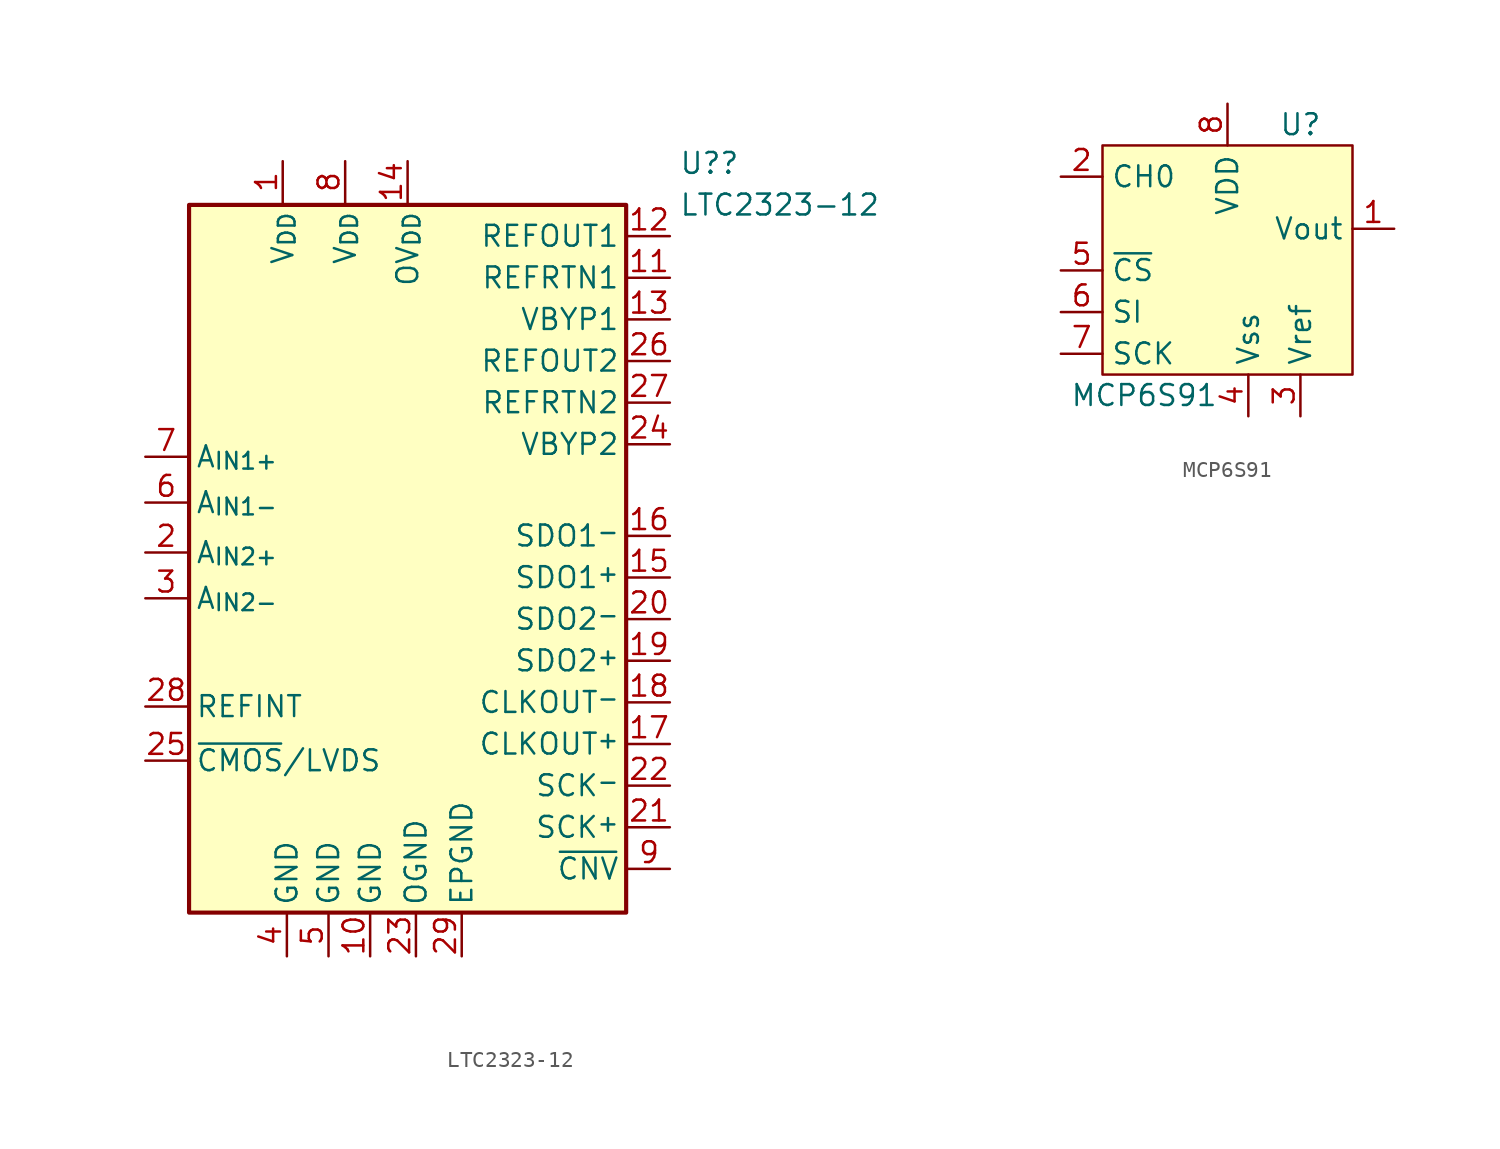
<source format=kicad_sym>
(kicad_symbol_lib
  (version 20220914)
  (generator kicad_symbol_editor)
  (symbol "LTC2323-12"
    (property "Reference" "U?"
      (at 15.291 22.225 0)
      (effects (font (size 1.27 1.27)) (justify left)))
    (property "Value" "LTC2323-12"
      (at 15.291 19.685 0)
      (effects (font (size 1.27 1.27)) (justify left)))
    (symbol "LTC2323-12_0_1"
      (rectangle (start -14.605 19.685) (end 12.065 -23.495) (stroke (width 0.254) (type default)) (fill (type background))))
    (symbol "LTC2323-12_1_1"
      (pin power_in line (at -8.89 22.352 270) (length 2.54) (name "V_{DD}" (effects (font (size 1.27 1.27)))) (number "1" (effects (font (size 1.27 1.27)))))
      (pin power_in line (at -3.556 -26.162 90) (length 2.54) (name "GND" (effects (font (size 1.27 1.27)))) (number "10" (effects (font (size 1.27 1.27)))))
      (pin passive line (at 14.732 15.24 180) (length 2.54) (name "REFRTN1" (effects (font (size 1.27 1.27)))) (number "11" (effects (font (size 1.27 1.27)))))
      (pin passive line (at 14.732 17.78 180) (length 2.54) (name "REFOUT1" (effects (font (size 1.27 1.27)))) (number "12" (effects (font (size 1.27 1.27)))))
      (pin passive line (at 14.732 12.7 180) (length 2.54) (name "VBYP1" (effects (font (size 1.27 1.27)))) (number "13" (effects (font (size 1.27 1.27)))))
      (pin power_in line (at -1.27 22.352 270) (length 2.54) (name "OV_{DD}" (effects (font (size 1.27 1.27)))) (number "14" (effects (font (size 1.27 1.27)))))
      (pin input line (at 14.732 -3.048 180) (length 2.54) (name "SDO1^{+}" (effects (font (size 1.27 1.27)))) (number "15" (effects (font (size 1.27 1.27)))) (alternate "SDOA" tri_state line))
      (pin input line (at 14.732 -0.508 180) (length 2.54) (name "SDO1^{-}" (effects (font (size 1.27 1.27)))) (number "16" (effects (font (size 1.27 1.27)))) (alternate "DNC" no_connect line))
      (pin output line (at 14.732 -13.208 180) (length 2.54) (name "CLKOUT^{+}" (effects (font (size 1.27 1.27)))) (number "17" (effects (font (size 1.27 1.27)))) (alternate "CLKOUT" tri_state line))
      (pin output line (at 14.732 -10.668 180) (length 2.54) (name "CLKOUT^{-}" (effects (font (size 1.27 1.27)))) (number "18" (effects (font (size 1.27 1.27)))) (alternate "~{CLKOUTEN}" input line))
      (pin output line (at 14.732 -8.128 180) (length 2.54) (name "SDO2^{+}" (effects (font (size 1.27 1.27)))) (number "19" (effects (font (size 1.27 1.27)))) (alternate "SDOB" tri_state line))
      (pin input line (at -17.272 -1.524 0) (length 2.54) (name "A_{IN2+}" (effects (font (size 1.27 1.27)))) (number "2" (effects (font (size 1.27 1.27)))))
      (pin output line (at 14.732 -5.588 180) (length 2.54) (name "SDO2^{-}" (effects (font (size 1.27 1.27)))) (number "20" (effects (font (size 1.27 1.27)))) (alternate "DNC" no_connect line))
      (pin input line (at 14.732 -18.288 180) (length 2.54) (name "SCK^{+}" (effects (font (size 1.27 1.27)))) (number "21" (effects (font (size 1.27 1.27)))) (alternate "SCK" input line))
      (pin input line (at 14.732 -15.748 180) (length 2.54) (name "SCK^{-}" (effects (font (size 1.27 1.27)))) (number "22" (effects (font (size 1.27 1.27)))) (alternate "DNC" no_connect line))
      (pin power_in line (at -0.762 -26.162 90) (length 2.54) (name "OGND" (effects (font (size 1.27 1.27)))) (number "23" (effects (font (size 1.27 1.27)))))
      (pin passive line (at 14.732 5.08 180) (length 2.54) (name "VBYP2" (effects (font (size 1.27 1.27)))) (number "24" (effects (font (size 1.27 1.27)))))
      (pin input line (at -17.272 -14.224 0) (length 2.54) (name "~{CMOS}/LVDS" (effects (font (size 1.27 1.27)))) (number "25" (effects (font (size 1.27 1.27)))))
      (pin passive line (at 14.732 10.16 180) (length 2.54) (name "REFOUT2" (effects (font (size 1.27 1.27)))) (number "26" (effects (font (size 1.27 1.27)))))
      (pin passive line (at 14.732 7.62 180) (length 2.54) (name "REFRTN2" (effects (font (size 1.27 1.27)))) (number "27" (effects (font (size 1.27 1.27)))))
      (pin input line (at -17.272 -10.922 0) (length 2.54) (name "REFINT" (effects (font (size 1.27 1.27)))) (number "28" (effects (font (size 1.27 1.27)))))
      (pin power_in line (at 2.032 -26.162 90) (length 2.54) (name "EPGND" (effects (font (size 1.27 1.27)))) (number "29" (effects (font (size 1.27 1.27)))))
      (pin input line (at -17.272 -4.318 0) (length 2.54) (name "A_{IN2-}" (effects (font (size 1.27 1.27)))) (number "3" (effects (font (size 1.27 1.27)))))
      (pin power_in line (at -8.636 -26.162 90) (length 2.54) (name "GND" (effects (font (size 1.27 1.27)))) (number "4" (effects (font (size 1.27 1.27)))))
      (pin power_in line (at -6.096 -26.162 90) (length 2.54) (name "GND" (effects (font (size 1.27 1.27)))) (number "5" (effects (font (size 1.27 1.27)))))
      (pin input line (at -17.272 1.524 0) (length 2.54) (name "A_{IN1-}" (effects (font (size 1.27 1.27)))) (number "6" (effects (font (size 1.27 1.27)))))
      (pin input line (at -17.272 4.318 0) (length 2.54) (name "A_{IN1+}" (effects (font (size 1.27 1.27)))) (number "7" (effects (font (size 1.27 1.27)))))
      (pin power_in line (at -5.08 22.352 270) (length 2.54) (name "V_{DD}" (effects (font (size 1.27 1.27)))) (number "8" (effects (font (size 1.27 1.27)))))
      (pin input line (at 14.732 -20.828 180) (length 2.54) (name "~{CNV}" (effects (font (size 1.27 1.27)))) (number "9" (effects (font (size 1.27 1.27)))))))
  (symbol "MCP6S91"
    (property "Reference" "U"
      (at 4.445 8.255 0)
      (effects (font (size 1.27 1.27))))
    (property "Value" "MCP6S91"
      (at -5.08 -8.255 0)
      (effects (font (size 1.27 1.27))))
    (symbol "MCP6S91_0_1"
      (rectangle (start -7.62 6.985) (end 7.62 -6.985) (stroke (width 0) (type default)) (fill (type background))))
    (symbol "MCP6S91_1_1"
      (pin output line (at 10.16 1.905 180) (length 2.54) (name "Vout" (effects (font (size 1.27 1.27)))) (number "1" (effects (font (size 1.27 1.27)))))
      (pin input line (at -10.16 5.08 0) (length 2.54) (name "CH0" (effects (font (size 1.27 1.27)))) (number "2" (effects (font (size 1.27 1.27)))))
      (pin power_in line (at 4.445 -9.525 90) (length 2.54) (name "Vref" (effects (font (size 1.27 1.27)))) (number "3" (effects (font (size 1.27 1.27)))))
      (pin power_in line (at 1.27 -9.525 90) (length 2.54) (name "Vss" (effects (font (size 1.27 1.27)))) (number "4" (effects (font (size 1.27 1.27)))))
      (pin input line (at -10.16 -0.635 0) (length 2.54) (name "~{CS}" (effects (font (size 1.27 1.27)))) (number "5" (effects (font (size 1.27 1.27)))))
      (pin input line (at -10.16 -3.175 0) (length 2.54) (name "SI" (effects (font (size 1.27 1.27)))) (number "6" (effects (font (size 1.27 1.27)))))
      (pin input line (at -10.16 -5.715 0) (length 2.54) (name "SCK" (effects (font (size 1.27 1.27)))) (number "7" (effects (font (size 1.27 1.27)))))
      (pin power_in line (at 0 9.525 270) (length 2.54) (name "VDD" (effects (font (size 1.27 1.27)))) (number "8" (effects (font (size 1.27 1.27))))))))
</source>
